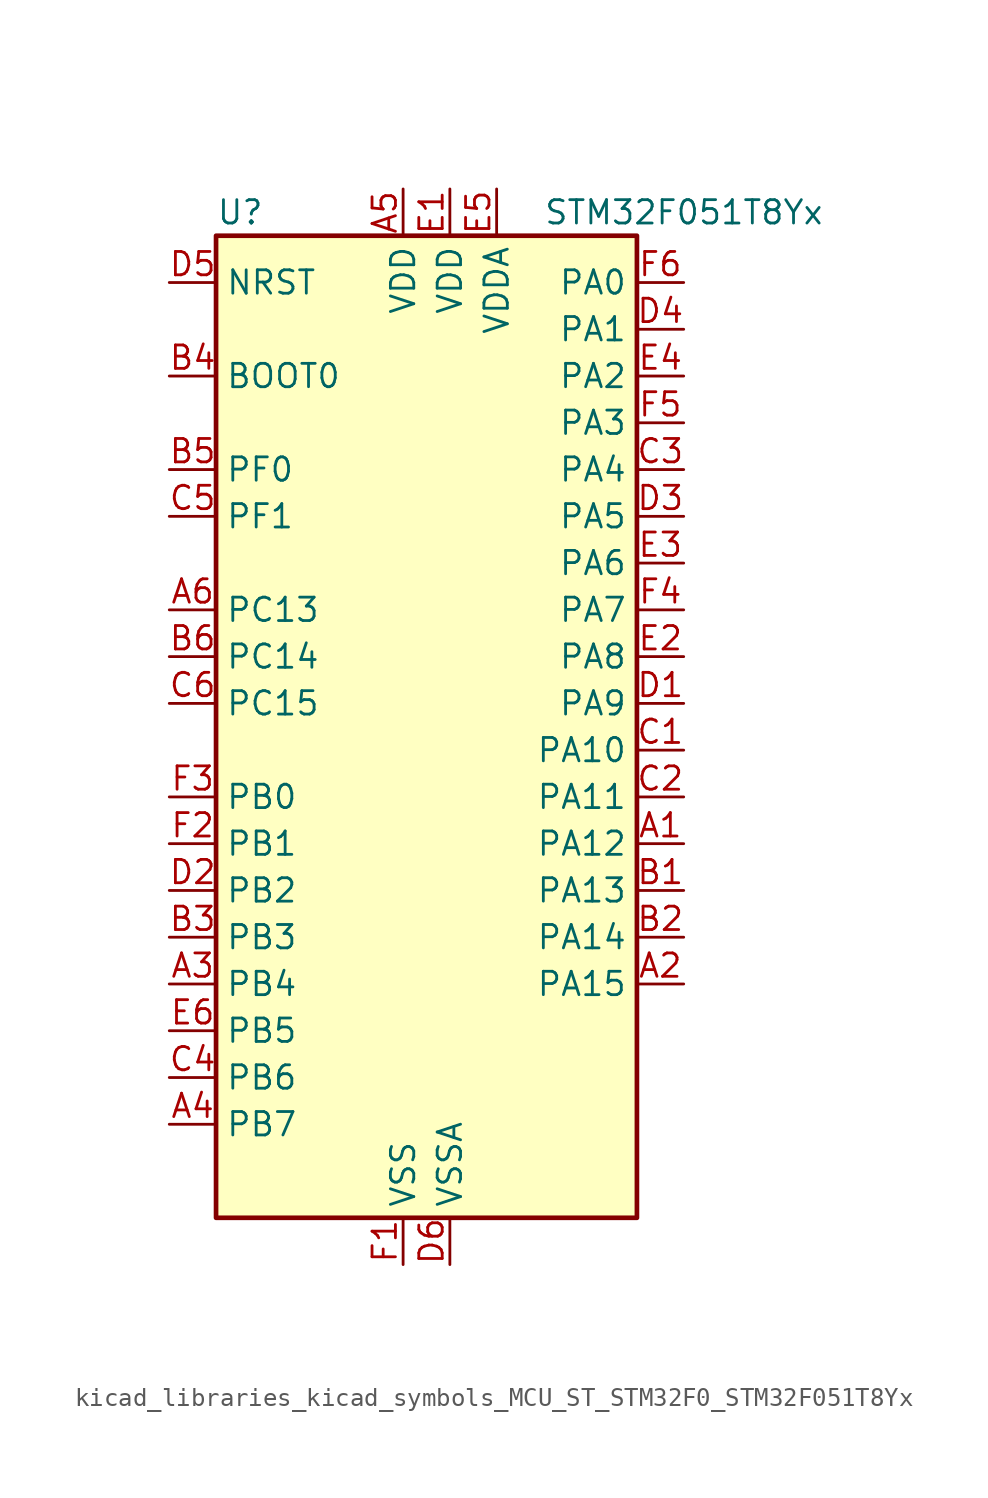
<source format=kicad_sym>
(kicad_symbol_lib
  (version 20220914)
  (generator kicad_symbol_editor)
  (symbol "kicad_libraries_kicad_symbols_MCU_ST_STM32F0_STM32F051T8Yx"
    (property "Reference" "U"
      (at -10.16 29.21 0)
      (effects (font (size 1.27 1.27)) (justify left)))
    (property "Value" "STM32F051T8Yx"
      (at 7.62 29.21 0)
      (effects (font (size 1.27 1.27)) (justify left)))
    (property "ki_locked" ""
      (at 0 0 0)
      (effects (font (size 1.27 1.27))))
    (symbol "kicad_libraries_kicad_symbols_MCU_ST_STM32F0_STM32F051T8Yx_0_1"
      (rectangle (start -10.16 -25.4) (end 12.7 27.94) (stroke (width 0.254) (type default)) (fill (type background))))
    (symbol "kicad_libraries_kicad_symbols_MCU_ST_STM32F0_STM32F051T8Yx_1_1"
      (pin bidirectional line (at 15.24 -5.08 180) (length 2.54) (name "PA12" (effects (font (size 1.27 1.27)))) (number "A1" (effects (font (size 1.27 1.27)))) (alternate "COMP2_OUT" bidirectional line) (alternate "TIM1_ETR" bidirectional line) (alternate "TSC_G4_IO4" bidirectional line) (alternate "USART1_DE" bidirectional line) (alternate "USART1_RTS" bidirectional line))
      (pin bidirectional line (at 15.24 -12.7 180) (length 2.54) (name "PA15" (effects (font (size 1.27 1.27)))) (number "A2" (effects (font (size 1.27 1.27)))) (alternate "I2S1_WS" bidirectional line) (alternate "SPI1_NSS" bidirectional line) (alternate "TIM2_CH1" bidirectional line) (alternate "TIM2_ETR" bidirectional line) (alternate "USART2_RX" bidirectional line))
      (pin bidirectional line (at -12.7 -12.7 0) (length 2.54) (name "PB4" (effects (font (size 1.27 1.27)))) (number "A3" (effects (font (size 1.27 1.27)))) (alternate "I2S1_MCK" bidirectional line) (alternate "SPI1_MISO" bidirectional line) (alternate "TIM3_CH1" bidirectional line) (alternate "TSC_G5_IO2" bidirectional line))
      (pin bidirectional line (at -12.7 -20.32 0) (length 2.54) (name "PB7" (effects (font (size 1.27 1.27)))) (number "A4" (effects (font (size 1.27 1.27)))) (alternate "I2C1_SDA" bidirectional line) (alternate "TIM17_CH1N" bidirectional line) (alternate "TSC_G5_IO4" bidirectional line) (alternate "USART1_RX" bidirectional line))
      (pin power_in line (at 0 30.48 270) (length 2.54) (name "VDD" (effects (font (size 1.27 1.27)))) (number "A5" (effects (font (size 1.27 1.27)))))
      (pin bidirectional line (at -12.7 7.62 0) (length 2.54) (name "PC13" (effects (font (size 1.27 1.27)))) (number "A6" (effects (font (size 1.27 1.27)))) (alternate "RTC_OUT_ALARM" bidirectional line) (alternate "RTC_OUT_CALIB" bidirectional line) (alternate "RTC_TAMP1" bidirectional line) (alternate "RTC_TS" bidirectional line) (alternate "SYS_WKUP2" bidirectional line))
      (pin bidirectional line (at 15.24 -7.62 180) (length 2.54) (name "PA13" (effects (font (size 1.27 1.27)))) (number "B1" (effects (font (size 1.27 1.27)))) (alternate "IR_OUT" bidirectional line) (alternate "SYS_SWDIO" bidirectional line))
      (pin bidirectional line (at 15.24 -10.16 180) (length 2.54) (name "PA14" (effects (font (size 1.27 1.27)))) (number "B2" (effects (font (size 1.27 1.27)))) (alternate "SYS_SWCLK" bidirectional line) (alternate "USART2_TX" bidirectional line))
      (pin bidirectional line (at -12.7 -10.16 0) (length 2.54) (name "PB3" (effects (font (size 1.27 1.27)))) (number "B3" (effects (font (size 1.27 1.27)))) (alternate "I2S1_CK" bidirectional line) (alternate "SPI1_SCK" bidirectional line) (alternate "TIM2_CH2" bidirectional line) (alternate "TSC_G5_IO1" bidirectional line))
      (pin input line (at -12.7 20.32 0) (length 2.54) (name "BOOT0" (effects (font (size 1.27 1.27)))) (number "B4" (effects (font (size 1.27 1.27)))))
      (pin bidirectional line (at -12.7 15.24 0) (length 2.54) (name "PF0" (effects (font (size 1.27 1.27)))) (number "B5" (effects (font (size 1.27 1.27)))) (alternate "RCC_OSC_IN" bidirectional line))
      (pin bidirectional line (at -12.7 5.08 0) (length 2.54) (name "PC14" (effects (font (size 1.27 1.27)))) (number "B6" (effects (font (size 1.27 1.27)))) (alternate "RCC_OSC32_IN" bidirectional line))
      (pin bidirectional line (at 15.24 0 180) (length 2.54) (name "PA10" (effects (font (size 1.27 1.27)))) (number "C1" (effects (font (size 1.27 1.27)))) (alternate "TIM17_BKIN" bidirectional line) (alternate "TIM1_CH3" bidirectional line) (alternate "TSC_G4_IO2" bidirectional line) (alternate "USART1_RX" bidirectional line))
      (pin bidirectional line (at 15.24 -2.54 180) (length 2.54) (name "PA11" (effects (font (size 1.27 1.27)))) (number "C2" (effects (font (size 1.27 1.27)))) (alternate "COMP1_OUT" bidirectional line) (alternate "TIM1_CH4" bidirectional line) (alternate "TSC_G4_IO3" bidirectional line) (alternate "USART1_CTS" bidirectional line))
      (pin bidirectional line (at 15.24 15.24 180) (length 2.54) (name "PA4" (effects (font (size 1.27 1.27)))) (number "C3" (effects (font (size 1.27 1.27)))) (alternate "ADC_IN4" bidirectional line) (alternate "COMP1_INM" bidirectional line) (alternate "COMP2_INM" bidirectional line) (alternate "DAC1_OUT1" bidirectional line) (alternate "I2S1_WS" bidirectional line) (alternate "SPI1_NSS" bidirectional line) (alternate "TIM14_CH1" bidirectional line) (alternate "TSC_G2_IO1" bidirectional line) (alternate "USART2_CK" bidirectional line))
      (pin bidirectional line (at -12.7 -17.78 0) (length 2.54) (name "PB6" (effects (font (size 1.27 1.27)))) (number "C4" (effects (font (size 1.27 1.27)))) (alternate "I2C1_SCL" bidirectional line) (alternate "TIM16_CH1N" bidirectional line) (alternate "TSC_G5_IO3" bidirectional line) (alternate "USART1_TX" bidirectional line))
      (pin bidirectional line (at -12.7 12.7 0) (length 2.54) (name "PF1" (effects (font (size 1.27 1.27)))) (number "C5" (effects (font (size 1.27 1.27)))) (alternate "RCC_OSC_OUT" bidirectional line))
      (pin bidirectional line (at -12.7 2.54 0) (length 2.54) (name "PC15" (effects (font (size 1.27 1.27)))) (number "C6" (effects (font (size 1.27 1.27)))) (alternate "RCC_OSC32_OUT" bidirectional line))
      (pin bidirectional line (at 15.24 2.54 180) (length 2.54) (name "PA9" (effects (font (size 1.27 1.27)))) (number "D1" (effects (font (size 1.27 1.27)))) (alternate "DAC1_EXTI9" bidirectional line) (alternate "TIM15_BKIN" bidirectional line) (alternate "TIM1_CH2" bidirectional line) (alternate "TSC_G4_IO1" bidirectional line) (alternate "USART1_TX" bidirectional line))
      (pin bidirectional line (at -12.7 -7.62 0) (length 2.54) (name "PB2" (effects (font (size 1.27 1.27)))) (number "D2" (effects (font (size 1.27 1.27)))) (alternate "TSC_G3_IO4" bidirectional line))
      (pin bidirectional line (at 15.24 12.7 180) (length 2.54) (name "PA5" (effects (font (size 1.27 1.27)))) (number "D3" (effects (font (size 1.27 1.27)))) (alternate "ADC_IN5" bidirectional line) (alternate "CEC" bidirectional line) (alternate "COMP1_INM" bidirectional line) (alternate "COMP2_INM" bidirectional line) (alternate "I2S1_CK" bidirectional line) (alternate "SPI1_SCK" bidirectional line) (alternate "TIM2_CH1" bidirectional line) (alternate "TIM2_ETR" bidirectional line) (alternate "TSC_G2_IO2" bidirectional line))
      (pin bidirectional line (at 15.24 22.86 180) (length 2.54) (name "PA1" (effects (font (size 1.27 1.27)))) (number "D4" (effects (font (size 1.27 1.27)))) (alternate "ADC_IN1" bidirectional line) (alternate "COMP1_INP" bidirectional line) (alternate "TIM2_CH2" bidirectional line) (alternate "TSC_G1_IO2" bidirectional line) (alternate "USART2_DE" bidirectional line) (alternate "USART2_RTS" bidirectional line))
      (pin input line (at -12.7 25.4 0) (length 2.54) (name "NRST" (effects (font (size 1.27 1.27)))) (number "D5" (effects (font (size 1.27 1.27)))))
      (pin power_in line (at 2.54 -27.94 90) (length 2.54) (name "VSSA" (effects (font (size 1.27 1.27)))) (number "D6" (effects (font (size 1.27 1.27)))))
      (pin power_in line (at 2.54 30.48 270) (length 2.54) (name "VDD" (effects (font (size 1.27 1.27)))) (number "E1" (effects (font (size 1.27 1.27)))))
      (pin bidirectional line (at 15.24 5.08 180) (length 2.54) (name "PA8" (effects (font (size 1.27 1.27)))) (number "E2" (effects (font (size 1.27 1.27)))) (alternate "RCC_MCO" bidirectional line) (alternate "TIM1_CH1" bidirectional line) (alternate "USART1_CK" bidirectional line))
      (pin bidirectional line (at 15.24 10.16 180) (length 2.54) (name "PA6" (effects (font (size 1.27 1.27)))) (number "E3" (effects (font (size 1.27 1.27)))) (alternate "ADC_IN6" bidirectional line) (alternate "COMP1_OUT" bidirectional line) (alternate "I2S1_MCK" bidirectional line) (alternate "SPI1_MISO" bidirectional line) (alternate "TIM16_CH1" bidirectional line) (alternate "TIM1_BKIN" bidirectional line) (alternate "TIM3_CH1" bidirectional line) (alternate "TSC_G2_IO3" bidirectional line))
      (pin bidirectional line (at 15.24 20.32 180) (length 2.54) (name "PA2" (effects (font (size 1.27 1.27)))) (number "E4" (effects (font (size 1.27 1.27)))) (alternate "ADC_IN2" bidirectional line) (alternate "COMP2_INM" bidirectional line) (alternate "COMP2_OUT" bidirectional line) (alternate "TIM15_CH1" bidirectional line) (alternate "TIM2_CH3" bidirectional line) (alternate "TSC_G1_IO3" bidirectional line) (alternate "USART2_TX" bidirectional line))
      (pin power_in line (at 5.08 30.48 270) (length 2.54) (name "VDDA" (effects (font (size 1.27 1.27)))) (number "E5" (effects (font (size 1.27 1.27)))))
      (pin bidirectional line (at -12.7 -15.24 0) (length 2.54) (name "PB5" (effects (font (size 1.27 1.27)))) (number "E6" (effects (font (size 1.27 1.27)))) (alternate "I2C1_SMBA" bidirectional line) (alternate "I2S1_SD" bidirectional line) (alternate "SPI1_MOSI" bidirectional line) (alternate "TIM16_BKIN" bidirectional line) (alternate "TIM3_CH2" bidirectional line))
      (pin power_in line (at 0 -27.94 90) (length 2.54) (name "VSS" (effects (font (size 1.27 1.27)))) (number "F1" (effects (font (size 1.27 1.27)))))
      (pin bidirectional line (at -12.7 -5.08 0) (length 2.54) (name "PB1" (effects (font (size 1.27 1.27)))) (number "F2" (effects (font (size 1.27 1.27)))) (alternate "ADC_IN9" bidirectional line) (alternate "TIM14_CH1" bidirectional line) (alternate "TIM1_CH3N" bidirectional line) (alternate "TIM3_CH4" bidirectional line) (alternate "TSC_G3_IO3" bidirectional line))
      (pin bidirectional line (at -12.7 -2.54 0) (length 2.54) (name "PB0" (effects (font (size 1.27 1.27)))) (number "F3" (effects (font (size 1.27 1.27)))) (alternate "ADC_IN8" bidirectional line) (alternate "TIM1_CH2N" bidirectional line) (alternate "TIM3_CH3" bidirectional line) (alternate "TSC_G3_IO2" bidirectional line))
      (pin bidirectional line (at 15.24 7.62 180) (length 2.54) (name "PA7" (effects (font (size 1.27 1.27)))) (number "F4" (effects (font (size 1.27 1.27)))) (alternate "ADC_IN7" bidirectional line) (alternate "COMP2_OUT" bidirectional line) (alternate "I2S1_SD" bidirectional line) (alternate "SPI1_MOSI" bidirectional line) (alternate "TIM14_CH1" bidirectional line) (alternate "TIM17_CH1" bidirectional line) (alternate "TIM1_CH1N" bidirectional line) (alternate "TIM3_CH2" bidirectional line) (alternate "TSC_G2_IO4" bidirectional line))
      (pin bidirectional line (at 15.24 17.78 180) (length 2.54) (name "PA3" (effects (font (size 1.27 1.27)))) (number "F5" (effects (font (size 1.27 1.27)))) (alternate "ADC_IN3" bidirectional line) (alternate "COMP2_INP" bidirectional line) (alternate "TIM15_CH2" bidirectional line) (alternate "TIM2_CH4" bidirectional line) (alternate "TSC_G1_IO4" bidirectional line) (alternate "USART2_RX" bidirectional line))
      (pin bidirectional line (at 15.24 25.4 180) (length 2.54) (name "PA0" (effects (font (size 1.27 1.27)))) (number "F6" (effects (font (size 1.27 1.27)))) (alternate "ADC_IN0" bidirectional line) (alternate "COMP1_INM" bidirectional line) (alternate "COMP1_OUT" bidirectional line) (alternate "RTC_TAMP2" bidirectional line) (alternate "SYS_WKUP1" bidirectional line) (alternate "TIM2_CH1" bidirectional line) (alternate "TIM2_ETR" bidirectional line) (alternate "TSC_G1_IO1" bidirectional line) (alternate "USART2_CTS" bidirectional line)))))
</source>
